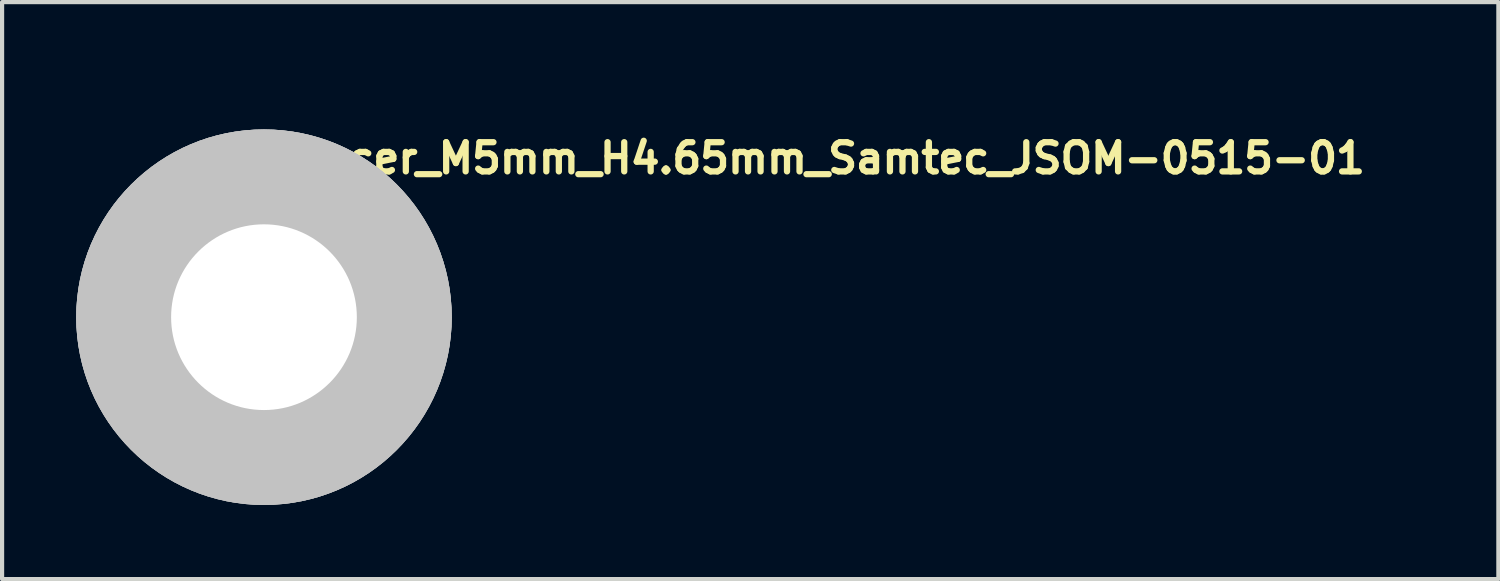
<source format=kicad_pcb>
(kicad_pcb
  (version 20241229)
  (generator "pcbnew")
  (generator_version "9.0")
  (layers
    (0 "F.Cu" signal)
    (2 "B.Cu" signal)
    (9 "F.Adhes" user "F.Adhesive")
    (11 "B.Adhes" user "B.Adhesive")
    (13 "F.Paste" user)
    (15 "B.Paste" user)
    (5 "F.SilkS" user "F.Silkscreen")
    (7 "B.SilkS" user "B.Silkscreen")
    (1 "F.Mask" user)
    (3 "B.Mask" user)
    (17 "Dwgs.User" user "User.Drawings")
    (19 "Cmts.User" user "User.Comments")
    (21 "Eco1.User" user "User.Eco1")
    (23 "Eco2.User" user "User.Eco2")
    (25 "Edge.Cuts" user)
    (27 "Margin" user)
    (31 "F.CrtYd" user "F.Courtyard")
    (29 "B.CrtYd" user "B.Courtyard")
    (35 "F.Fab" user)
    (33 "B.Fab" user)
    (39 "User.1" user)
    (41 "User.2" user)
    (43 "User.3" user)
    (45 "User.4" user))
  (footprint "Spacer_M5mm_H4.65mm_Samtec_JSOM-0515-01"
    (layer "F.Cu")
    (at 3.275 4.55)
    (property "Reference" "Spacer_M5mm_H4.65mm_Samtec_JSOM-0515-01" (at 0 -3.4 0) (layer "F.SilkS") (effects (font (size 0.7 0.7) (thickness 0.15)) (justify left bottom)))
    (attr through_hole)
    (fp_circle (center 0 0) (end 1.499 0) (stroke (width 3) (type solid)) (fill no) (layer "Dwgs.User"))
    (fp_circle (center 0 0) (end 1.499 0) (stroke (width 3) (type solid)) (fill no) (layer "Dwgs.User"))
    (fp_circle (center 0 0) (end 1.499 0) (stroke (width 3) (type solid)) (fill no) (layer "Dwgs.User"))
    (fp_circle (center 0 0) (end 2.99 0) (stroke (width 0.05) (type solid)) (fill no) (layer "F.CrtYd"))
    (fp_circle (center 0 0) (end 3.25 0) (stroke (width 0.05) (type solid)) (fill no) (layer "F.CrtYd"))
    (fp_circle (center 0 0) (end 2.564 0) (stroke (width 0.15) (type solid)) (fill no) (layer "F.Fab"))
    (fp_rect (start -2.589 -2.991) (end 2.588 2.988) (stroke (width 0.1) (type solid)) (fill no) (layer "User.5"))
    (fp_line (start -2.589 -1.496) (end -2.589 -0.745) (stroke (width 0.02) (type solid)) (layer "User.9"))
    (fp_line (start -2.589 -1.496) (end 0 -2.991) (stroke (width 0.02) (type solid)) (layer "User.9"))
    (fp_line (start -2.589 -0.745) (end -2.589 -0.695) (stroke (width 0.02) (type solid)) (layer "User.9"))
    (fp_line (start -2.589 -0.695) (end -2.589 -0.067) (stroke (width 0.02) (type solid)) (layer "User.9"))
    (fp_line (start -2.589 -0.067) (end -2.589 0) (stroke (width 0.02) (type solid)) (layer "User.9"))
    (fp_line (start -2.589 0) (end -2.589 0.637) (stroke (width 0.02) (type solid)) (layer "User.9"))
    (fp_line (start -2.589 0.637) (end -2.589 0.693) (stroke (width 0.02) (type solid)) (layer "User.9"))
    (fp_line (start -2.589 0.693) (end -2.589 1.491) (stroke (width 0.02) (type solid)) (layer "User.9"))
    (fp_line (start -2.589 1.491) (end -2.589 1.493) (stroke (width 0.02) (type solid)) (layer "User.9"))
    (fp_line (start -2.589 1.493) (end -2.589 -1.496) (stroke (width 0.02) (type solid)) (layer "User.9"))
    (fp_line (start -1.897 -1.897) (end -2.588 -1.496) (stroke (width 0.02) (type solid)) (layer "User.9"))
    (fp_line (start -1.849 1.921) (end -1.295 2.241) (stroke (width 0.02) (type solid)) (layer "User.9"))
    (fp_line (start -1.295 2.241) (end -1.238 2.273) (stroke (width 0.02) (type solid)) (layer "User.9"))
    (fp_line (start -0.01 2.983) (end -0.695 2.588) (stroke (width 0.02) (type solid)) (layer "User.9"))
    (fp_line (start 0 -2.991) (end 2.588 -1.496) (stroke (width 0.02) (type solid)) (layer "User.9"))
    (fp_line (start 0 2.988) (end -2.589 1.493) (stroke (width 0.02) (type solid)) (layer "User.9"))
    (fp_line (start 0.554 2.668) (end 0 2.988) (stroke (width 0.02) (type solid)) (layer "User.9"))
    (fp_line (start 1.237 2.273) (end 1.294 2.241) (stroke (width 0.02) (type solid)) (layer "User.9"))
    (fp_line (start 1.294 -2.243) (end 1.705 -2.005) (stroke (width 0.02) (type solid)) (layer "User.9"))
    (fp_line (start 1.705 2.003) (end 1.294 2.241) (stroke (width 0.02) (type solid)) (layer "User.9"))
    (fp_line (start 1.947 1.864) (end 1.937 1.868) (stroke (width 0.02) (type solid)) (layer "User.9"))
    (fp_line (start 2.588 -1.496) (end 2.027 -1.819) (stroke (width 0.02) (type solid)) (layer "User.9"))
    (fp_line (start 2.588 -1.496) (end 2.588 1.493) (stroke (width 0.02) (type solid)) (layer "User.9"))
    (fp_line (start 2.588 1.493) (end 0 2.988) (stroke (width 0.02) (type solid)) (layer "User.9"))
    (fp_circle (center 0.06 -0.14) (end 1.361 -0.159) (stroke (width 0.02) (type solid)) (fill no) (layer "User.9"))
    (pad "1" thru_hole circle (at 0 0) (size 6 6) (drill 4.45) (layers "*.Cu" "*.Mask")))
  (gr_rect
    (start -3 -3)
    (end 32.852 10.825)
    (stroke (width 0.1) (type default))
    (fill no)
    (layer "Edge.Cuts")))
</source>
